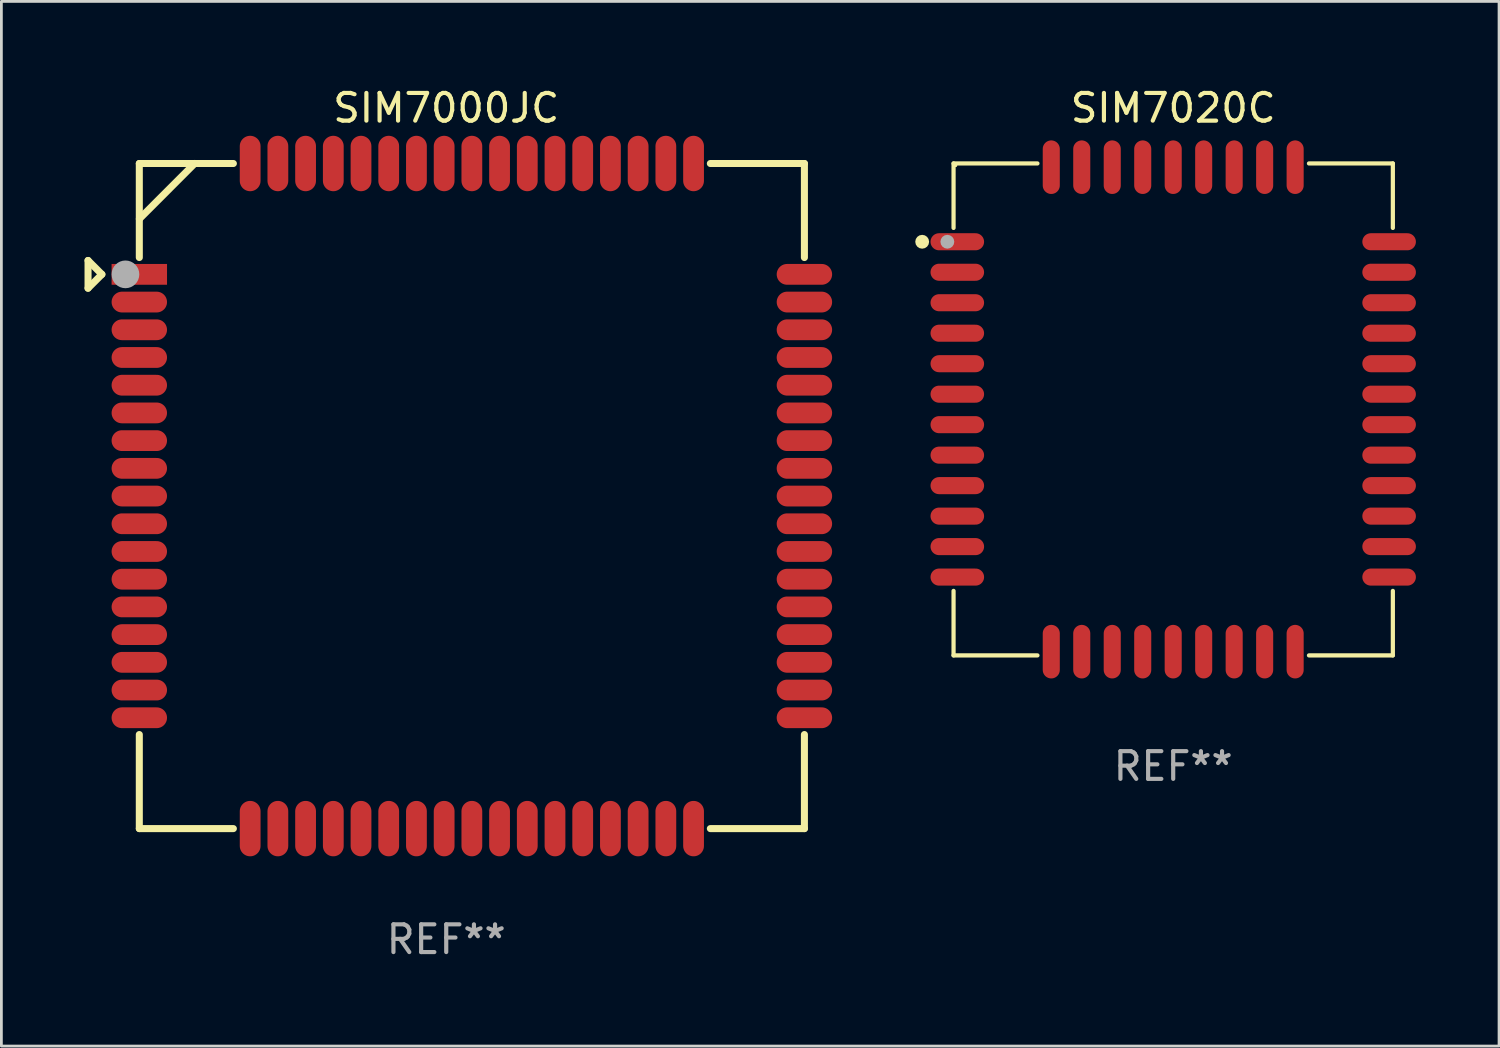
<source format=kicad_pcb>
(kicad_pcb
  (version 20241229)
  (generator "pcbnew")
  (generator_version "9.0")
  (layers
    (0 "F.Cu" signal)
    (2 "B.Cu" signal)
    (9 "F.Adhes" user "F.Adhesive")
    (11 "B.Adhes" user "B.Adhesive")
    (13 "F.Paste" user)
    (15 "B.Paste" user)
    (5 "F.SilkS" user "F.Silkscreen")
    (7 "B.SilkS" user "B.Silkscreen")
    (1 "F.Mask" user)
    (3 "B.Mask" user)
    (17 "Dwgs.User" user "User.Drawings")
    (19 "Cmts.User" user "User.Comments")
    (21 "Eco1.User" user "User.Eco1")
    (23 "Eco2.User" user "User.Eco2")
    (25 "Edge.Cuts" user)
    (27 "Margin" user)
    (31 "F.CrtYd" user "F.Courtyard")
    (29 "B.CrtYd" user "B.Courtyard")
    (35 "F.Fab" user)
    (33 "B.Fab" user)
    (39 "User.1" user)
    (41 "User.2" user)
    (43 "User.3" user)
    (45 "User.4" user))
  (footprint "SIM7020C"
    (layer "F.Cu")
    (at 39.285 11.724)
    (property "Reference" "SIM7020C" (at 0 -10.876 0) (layer "F.SilkS") (effects (font (size 1 1) (thickness 0.15))))
    (attr through_hole)
    (fp_line (start -7.926 -8.876) (end -7.926 -6.549) (stroke (width 0.152) (type solid)) (layer "F.SilkS"))
    (fp_line (start -7.926 8.876) (end -7.926 6.549) (stroke (width 0.152) (type solid)) (layer "F.SilkS"))
    (fp_line (start -4.899 -8.876) (end -7.926 -8.876) (stroke (width 0.152) (type solid)) (layer "F.SilkS"))
    (fp_line (start -4.899 8.876) (end -7.926 8.876) (stroke (width 0.152) (type solid)) (layer "F.SilkS"))
    (fp_line (start 4.899 -8.876) (end 7.926 -8.876) (stroke (width 0.152) (type solid)) (layer "F.SilkS"))
    (fp_line (start 4.899 8.876) (end 7.926 8.876) (stroke (width 0.152) (type solid)) (layer "F.SilkS"))
    (fp_line (start 7.926 -8.876) (end 7.926 -6.549) (stroke (width 0.152) (type solid)) (layer "F.SilkS"))
    (fp_line (start 7.926 8.876) (end 7.926 6.549) (stroke (width 0.152) (type solid)) (layer "F.SilkS"))
    (fp_circle (center -9.058 -6.05) (end -8.933 -6.05) (stroke (width 0.25) (type solid)) (fill no) (layer "F.SilkS"))
    (fp_circle (center -7.85 -8.8) (end -7.82 -8.8) (stroke (width 0.06) (type solid)) (fill no) (layer "F.SilkS"))
    (fp_circle (center -8.15 -6.05) (end -8.025 -6.05) (stroke (width 0.25) (type solid)) (fill no) (layer "F.Fab"))
    (fp_text user "REF**" (at 0 12.876 0) (layer "F.Fab") (effects (font (size 1 1) (thickness 0.15))))
    (pad "1" smd oval (at -7.791 -6.05 270) (size 0.616 1.933) (layers "F.Cu" "F.Mask" "F.Paste"))
    (pad "2" smd oval (at -7.791 -4.95 270) (size 0.616 1.933) (layers "F.Cu" "F.Mask" "F.Paste"))
    (pad "3" smd oval (at -7.791 -3.85 270) (size 0.616 1.933) (layers "F.Cu" "F.Mask" "F.Paste"))
    (pad "4" smd oval (at -7.791 -2.75 270) (size 0.616 1.933) (layers "F.Cu" "F.Mask" "F.Paste"))
    (pad "5" smd oval (at -7.791 -1.65 270) (size 0.616 1.933) (layers "F.Cu" "F.Mask" "F.Paste"))
    (pad "6" smd oval (at -7.791 -0.55 270) (size 0.616 1.933) (layers "F.Cu" "F.Mask" "F.Paste"))
    (pad "7" smd oval (at -7.791 0.55 270) (size 0.616 1.933) (layers "F.Cu" "F.Mask" "F.Paste"))
    (pad "8" smd oval (at -7.791 1.65 270) (size 0.616 1.933) (layers "F.Cu" "F.Mask" "F.Paste"))
    (pad "9" smd oval (at -7.791 2.75 270) (size 0.616 1.933) (layers "F.Cu" "F.Mask" "F.Paste"))
    (pad "10" smd oval (at -7.791 3.85 270) (size 0.616 1.933) (layers "F.Cu" "F.Mask" "F.Paste"))
    (pad "11" smd oval (at -7.791 4.95 270) (size 0.616 1.933) (layers "F.Cu" "F.Mask" "F.Paste"))
    (pad "12" smd oval (at -7.791 6.05 270) (size 0.616 1.933) (layers "F.Cu" "F.Mask" "F.Paste"))
    (pad "13" smd oval (at -4.4 8.741 270) (size 1.933 0.616) (layers "F.Cu" "F.Mask" "F.Paste"))
    (pad "14" smd oval (at -3.3 8.741 270) (size 1.933 0.616) (layers "F.Cu" "F.Mask" "F.Paste"))
    (pad "15" smd oval (at -2.2 8.741 270) (size 1.933 0.616) (layers "F.Cu" "F.Mask" "F.Paste"))
    (pad "16" smd oval (at -1.1 8.741 270) (size 1.933 0.616) (layers "F.Cu" "F.Mask" "F.Paste"))
    (pad "17" smd oval (at 0 8.741 270) (size 1.933 0.616) (layers "F.Cu" "F.Mask" "F.Paste"))
    (pad "18" smd oval (at 1.1 8.741 270) (size 1.933 0.616) (layers "F.Cu" "F.Mask" "F.Paste"))
    (pad "19" smd oval (at 2.2 8.741 270) (size 1.933 0.616) (layers "F.Cu" "F.Mask" "F.Paste"))
    (pad "20" smd oval (at 3.3 8.741 270) (size 1.933 0.616) (layers "F.Cu" "F.Mask" "F.Paste"))
    (pad "21" smd oval (at 4.4 8.741 270) (size 1.933 0.616) (layers "F.Cu" "F.Mask" "F.Paste"))
    (pad "22" smd oval (at 7.791 6.05 270) (size 0.616 1.933) (layers "F.Cu" "F.Mask" "F.Paste"))
    (pad "23" smd oval (at 7.791 4.95 270) (size 0.616 1.933) (layers "F.Cu" "F.Mask" "F.Paste"))
    (pad "24" smd oval (at 7.791 3.85 270) (size 0.616 1.933) (layers "F.Cu" "F.Mask" "F.Paste"))
    (pad "25" smd oval (at 7.791 2.75 270) (size 0.616 1.933) (layers "F.Cu" "F.Mask" "F.Paste"))
    (pad "26" smd oval (at 7.791 1.65 270) (size 0.616 1.933) (layers "F.Cu" "F.Mask" "F.Paste"))
    (pad "27" smd oval (at 7.791 0.55 270) (size 0.616 1.933) (layers "F.Cu" "F.Mask" "F.Paste"))
    (pad "28" smd oval (at 7.791 -0.55 270) (size 0.616 1.933) (layers "F.Cu" "F.Mask" "F.Paste"))
    (pad "29" smd oval (at 7.791 -1.65 270) (size 0.616 1.933) (layers "F.Cu" "F.Mask" "F.Paste"))
    (pad "30" smd oval (at 7.791 -2.75 270) (size 0.616 1.933) (layers "F.Cu" "F.Mask" "F.Paste"))
    (pad "31" smd oval (at 7.791 -3.85 270) (size 0.616 1.933) (layers "F.Cu" "F.Mask" "F.Paste"))
    (pad "32" smd oval (at 7.791 -4.95 270) (size 0.616 1.933) (layers "F.Cu" "F.Mask" "F.Paste"))
    (pad "33" smd oval (at 7.791 -6.05 270) (size 0.616 1.933) (layers "F.Cu" "F.Mask" "F.Paste"))
    (pad "34" smd oval (at 4.4 -8.741 270) (size 1.933 0.616) (layers "F.Cu" "F.Mask" "F.Paste"))
    (pad "35" smd oval (at 3.3 -8.741 270) (size 1.933 0.616) (layers "F.Cu" "F.Mask" "F.Paste"))
    (pad "36" smd oval (at 2.2 -8.741 270) (size 1.933 0.616) (layers "F.Cu" "F.Mask" "F.Paste"))
    (pad "37" smd oval (at 1.1 -8.741 270) (size 1.933 0.616) (layers "F.Cu" "F.Mask" "F.Paste"))
    (pad "38" smd oval (at 0 -8.741 270) (size 1.933 0.616) (layers "F.Cu" "F.Mask" "F.Paste"))
    (pad "39" smd oval (at -1.1 -8.741 270) (size 1.933 0.616) (layers "F.Cu" "F.Mask" "F.Paste"))
    (pad "40" smd oval (at -2.2 -8.741 270) (size 1.933 0.616) (layers "F.Cu" "F.Mask" "F.Paste"))
    (pad "41" smd oval (at -3.3 -8.741 270) (size 1.933 0.616) (layers "F.Cu" "F.Mask" "F.Paste"))
    (pad "42" smd oval (at -4.4 -8.741 270) (size 1.933 0.616) (layers "F.Cu" "F.Mask" "F.Paste")))
  (footprint "SIM7000JC"
    (layer "F.Cu")
    (at 13.052 14.849)
    (property "Reference" "SIM7000JC" (at 0 -14.001 0) (layer "F.SilkS") (effects (font (size 1 1) (thickness 0.15))))
    (attr through_hole)
    (fp_line (start -12.925 -8.5) (end -12.925 -7.499) (stroke (width 0.254) (type solid)) (layer "F.SilkS"))
    (fp_line (start -12.925 -7.499) (end -12.425 -7.999) (stroke (width 0.254) (type solid)) (layer "F.SilkS"))
    (fp_line (start -12.425 -7.999) (end -12.925 -8.5) (stroke (width 0.254) (type solid)) (layer "F.SilkS"))
    (fp_line (start -11.075 -11.999) (end -7.681 -11.999) (stroke (width 0.254) (type solid)) (layer "F.SilkS"))
    (fp_line (start -11.075 -8.606) (end -11.075 -11.999) (stroke (width 0.254) (type solid)) (layer "F.SilkS"))
    (fp_line (start -11.075 12.001) (end -11.075 8.607) (stroke (width 0.254) (type solid)) (layer "F.SilkS"))
    (fp_line (start -9.075 -12.001) (end -11.074 -9.999) (stroke (width 0.254) (type solid)) (layer "F.SilkS"))
    (fp_line (start -7.681 12.001) (end -11.075 12.001) (stroke (width 0.254) (type solid)) (layer "F.SilkS"))
    (fp_line (start 9.531 -11.999) (end 12.925 -11.999) (stroke (width 0.254) (type solid)) (layer "F.SilkS"))
    (fp_line (start 12.925 -11.999) (end 12.925 -8.606) (stroke (width 0.254) (type solid)) (layer "F.SilkS"))
    (fp_line (start 12.925 8.607) (end 12.925 12.001) (stroke (width 0.254) (type solid)) (layer "F.SilkS"))
    (fp_line (start 12.925 12.001) (end 9.531 12.001) (stroke (width 0.254) (type solid)) (layer "F.SilkS"))
    (fp_circle (center -11.08 -12.003) (end -11.05 -12.003) (stroke (width 0.06) (type solid)) (fill no) (layer "F.SilkS"))
    (fp_circle (center -11.575 -7.999) (end -11.325 -7.999) (stroke (width 0.5) (type solid)) (fill no) (layer "F.Fab"))
    (fp_text user "REF**" (at 0 16.001 0) (layer "F.Fab") (effects (font (size 1 1) (thickness 0.15))))
    (pad "1" smd rect (at -11.075 -7.999) (size 2 0.75) (layers "F.Cu" "F.Mask" "F.Paste"))
    (pad "2" smd oval (at -11.075 -6.999) (size 2 0.75) (layers "F.Cu" "F.Mask" "F.Paste"))
    (pad "3" smd oval (at -11.075 -5.999) (size 2 0.75) (layers "F.Cu" "F.Mask" "F.Paste"))
    (pad "4" smd oval (at -11.075 -4.999) (size 2 0.75) (layers "F.Cu" "F.Mask" "F.Paste"))
    (pad "5" smd oval (at -11.075 -3.999) (size 2 0.75) (layers "F.Cu" "F.Mask" "F.Paste"))
    (pad "6" smd oval (at -11.075 -2.999) (size 2 0.75) (layers "F.Cu" "F.Mask" "F.Paste"))
    (pad "7" smd oval (at -11.075 -1.999) (size 2 0.75) (layers "F.Cu" "F.Mask" "F.Paste"))
    (pad "8" smd oval (at -11.075 -0.999) (size 2 0.75) (layers "F.Cu" "F.Mask" "F.Paste"))
    (pad "9" smd oval (at -11.075 0.001) (size 2 0.75) (layers "F.Cu" "F.Mask" "F.Paste"))
    (pad "10" smd oval (at -11.075 1.001) (size 2 0.75) (layers "F.Cu" "F.Mask" "F.Paste"))
    (pad "11" smd oval (at -11.075 2.001) (size 2 0.75) (layers "F.Cu" "F.Mask" "F.Paste"))
    (pad "12" smd oval (at -11.075 3.001) (size 2 0.75) (layers "F.Cu" "F.Mask" "F.Paste"))
    (pad "13" smd oval (at -11.075 4.001) (size 2 0.75) (layers "F.Cu" "F.Mask" "F.Paste"))
    (pad "14" smd oval (at -11.075 5.001) (size 2 0.75) (layers "F.Cu" "F.Mask" "F.Paste"))
    (pad "15" smd oval (at -11.075 6.001) (size 2 0.75) (layers "F.Cu" "F.Mask" "F.Paste"))
    (pad "16" smd oval (at -11.075 7.001) (size 2 0.75) (layers "F.Cu" "F.Mask" "F.Paste"))
    (pad "17" smd oval (at -11.075 8.001) (size 2 0.75) (layers "F.Cu" "F.Mask" "F.Paste"))
    (pad "18" smd oval (at -7.075 12.001 90) (size 2 0.75) (layers "F.Cu" "F.Mask" "F.Paste"))
    (pad "19" smd oval (at -6.075 12.001 90) (size 2 0.75) (layers "F.Cu" "F.Mask" "F.Paste"))
    (pad "20" smd oval (at -5.075 12.001 90) (size 2 0.75) (layers "F.Cu" "F.Mask" "F.Paste"))
    (pad "21" smd oval (at -4.075 12.001 90) (size 2 0.75) (layers "F.Cu" "F.Mask" "F.Paste"))
    (pad "22" smd oval (at -3.075 12.001 90) (size 2 0.75) (layers "F.Cu" "F.Mask" "F.Paste"))
    (pad "23" smd oval (at -2.075 12.001 90) (size 2 0.75) (layers "F.Cu" "F.Mask" "F.Paste"))
    (pad "24" smd oval (at -1.075 12.001 90) (size 2 0.75) (layers "F.Cu" "F.Mask" "F.Paste"))
    (pad "25" smd oval (at -0.075 12.001 90) (size 2 0.75) (layers "F.Cu" "F.Mask" "F.Paste"))
    (pad "26" smd oval (at 0.925 12.001 90) (size 2 0.75) (layers "F.Cu" "F.Mask" "F.Paste"))
    (pad "27" smd oval (at 1.925 12.001 90) (size 2 0.75) (layers "F.Cu" "F.Mask" "F.Paste"))
    (pad "28" smd oval (at 2.925 12.001 90) (size 2 0.75) (layers "F.Cu" "F.Mask" "F.Paste"))
    (pad "29" smd oval (at 3.925 12.001 90) (size 2 0.75) (layers "F.Cu" "F.Mask" "F.Paste"))
    (pad "30" smd oval (at 4.925 12.001 90) (size 2 0.75) (layers "F.Cu" "F.Mask" "F.Paste"))
    (pad "31" smd oval (at 5.925 12.001 90) (size 2 0.75) (layers "F.Cu" "F.Mask" "F.Paste"))
    (pad "32" smd oval (at 6.925 12.001 90) (size 2 0.75) (layers "F.Cu" "F.Mask" "F.Paste"))
    (pad "33" smd oval (at 7.925 12.001 90) (size 2 0.75) (layers "F.Cu" "F.Mask" "F.Paste"))
    (pad "34" smd oval (at 8.925 12.001 90) (size 2 0.75) (layers "F.Cu" "F.Mask" "F.Paste"))
    (pad "35" smd oval (at 12.925 8.001 180) (size 2 0.75) (layers "F.Cu" "F.Mask" "F.Paste"))
    (pad "36" smd oval (at 12.925 7.001 180) (size 2 0.75) (layers "F.Cu" "F.Mask" "F.Paste"))
    (pad "37" smd oval (at 12.925 6.001 180) (size 2 0.75) (layers "F.Cu" "F.Mask" "F.Paste"))
    (pad "38" smd oval (at 12.925 5.001 180) (size 2 0.75) (layers "F.Cu" "F.Mask" "F.Paste"))
    (pad "39" smd oval (at 12.925 4.001 180) (size 2 0.75) (layers "F.Cu" "F.Mask" "F.Paste"))
    (pad "40" smd oval (at 12.925 3.001 180) (size 2 0.75) (layers "F.Cu" "F.Mask" "F.Paste"))
    (pad "41" smd oval (at 12.925 2.001 180) (size 2 0.75) (layers "F.Cu" "F.Mask" "F.Paste"))
    (pad "42" smd oval (at 12.925 1.001 180) (size 2 0.75) (layers "F.Cu" "F.Mask" "F.Paste"))
    (pad "43" smd oval (at 12.925 0.001 180) (size 2 0.75) (layers "F.Cu" "F.Mask" "F.Paste"))
    (pad "44" smd oval (at 12.925 -0.999 180) (size 2 0.75) (layers "F.Cu" "F.Mask" "F.Paste"))
    (pad "45" smd oval (at 12.925 -1.999 180) (size 2 0.75) (layers "F.Cu" "F.Mask" "F.Paste"))
    (pad "46" smd oval (at 12.925 -2.999 180) (size 2 0.75) (layers "F.Cu" "F.Mask" "F.Paste"))
    (pad "47" smd oval (at 12.925 -3.999 180) (size 2 0.75) (layers "F.Cu" "F.Mask" "F.Paste"))
    (pad "48" smd oval (at 12.925 -4.999 180) (size 2 0.75) (layers "F.Cu" "F.Mask" "F.Paste"))
    (pad "49" smd oval (at 12.925 -5.999 180) (size 2 0.75) (layers "F.Cu" "F.Mask" "F.Paste"))
    (pad "50" smd oval (at 12.925 -6.999 180) (size 2 0.75) (layers "F.Cu" "F.Mask" "F.Paste"))
    (pad "51" smd oval (at 12.925 -7.999 180) (size 2 0.75) (layers "F.Cu" "F.Mask" "F.Paste"))
    (pad "52" smd oval (at 8.925 -11.999 270) (size 2 0.75) (layers "F.Cu" "F.Mask" "F.Paste"))
    (pad "53" smd oval (at 7.925 -11.999 270) (size 2 0.75) (layers "F.Cu" "F.Mask" "F.Paste"))
    (pad "54" smd oval (at 6.925 -11.999 270) (size 2 0.75) (layers "F.Cu" "F.Mask" "F.Paste"))
    (pad "55" smd oval (at 5.925 -11.999 270) (size 2 0.75) (layers "F.Cu" "F.Mask" "F.Paste"))
    (pad "56" smd oval (at 4.925 -11.999 270) (size 2 0.75) (layers "F.Cu" "F.Mask" "F.Paste"))
    (pad "57" smd oval (at 3.925 -11.999 270) (size 2 0.75) (layers "F.Cu" "F.Mask" "F.Paste"))
    (pad "58" smd oval (at 2.925 -11.999 270) (size 2 0.75) (layers "F.Cu" "F.Mask" "F.Paste"))
    (pad "59" smd oval (at 1.925 -11.999 270) (size 2 0.75) (layers "F.Cu" "F.Mask" "F.Paste"))
    (pad "60" smd oval (at 0.925 -11.999 270) (size 2 0.75) (layers "F.Cu" "F.Mask" "F.Paste"))
    (pad "61" smd oval (at -0.075 -11.999 270) (size 2 0.75) (layers "F.Cu" "F.Mask" "F.Paste"))
    (pad "62" smd oval (at -1.075 -11.999 270) (size 2 0.75) (layers "F.Cu" "F.Mask" "F.Paste"))
    (pad "63" smd oval (at -2.075 -11.999 270) (size 2 0.75) (layers "F.Cu" "F.Mask" "F.Paste"))
    (pad "64" smd oval (at -3.075 -11.999 270) (size 2 0.75) (layers "F.Cu" "F.Mask" "F.Paste"))
    (pad "65" smd oval (at -4.075 -11.999 270) (size 2 0.75) (layers "F.Cu" "F.Mask" "F.Paste"))
    (pad "66" smd oval (at -5.075 -11.999 270) (size 2 0.75) (layers "F.Cu" "F.Mask" "F.Paste"))
    (pad "67" smd oval (at -6.075 -11.999 270) (size 2 0.75) (layers "F.Cu" "F.Mask" "F.Paste"))
    (pad "68" smd oval (at -7.075 -11.999 270) (size 2 0.75) (layers "F.Cu" "F.Mask" "F.Paste")))
  (gr_rect
    (start -3 -3)
    (end 51.043 34.698)
    (stroke (width 0.1) (type default))
    (fill no)
    (layer "Edge.Cuts")))
</source>
